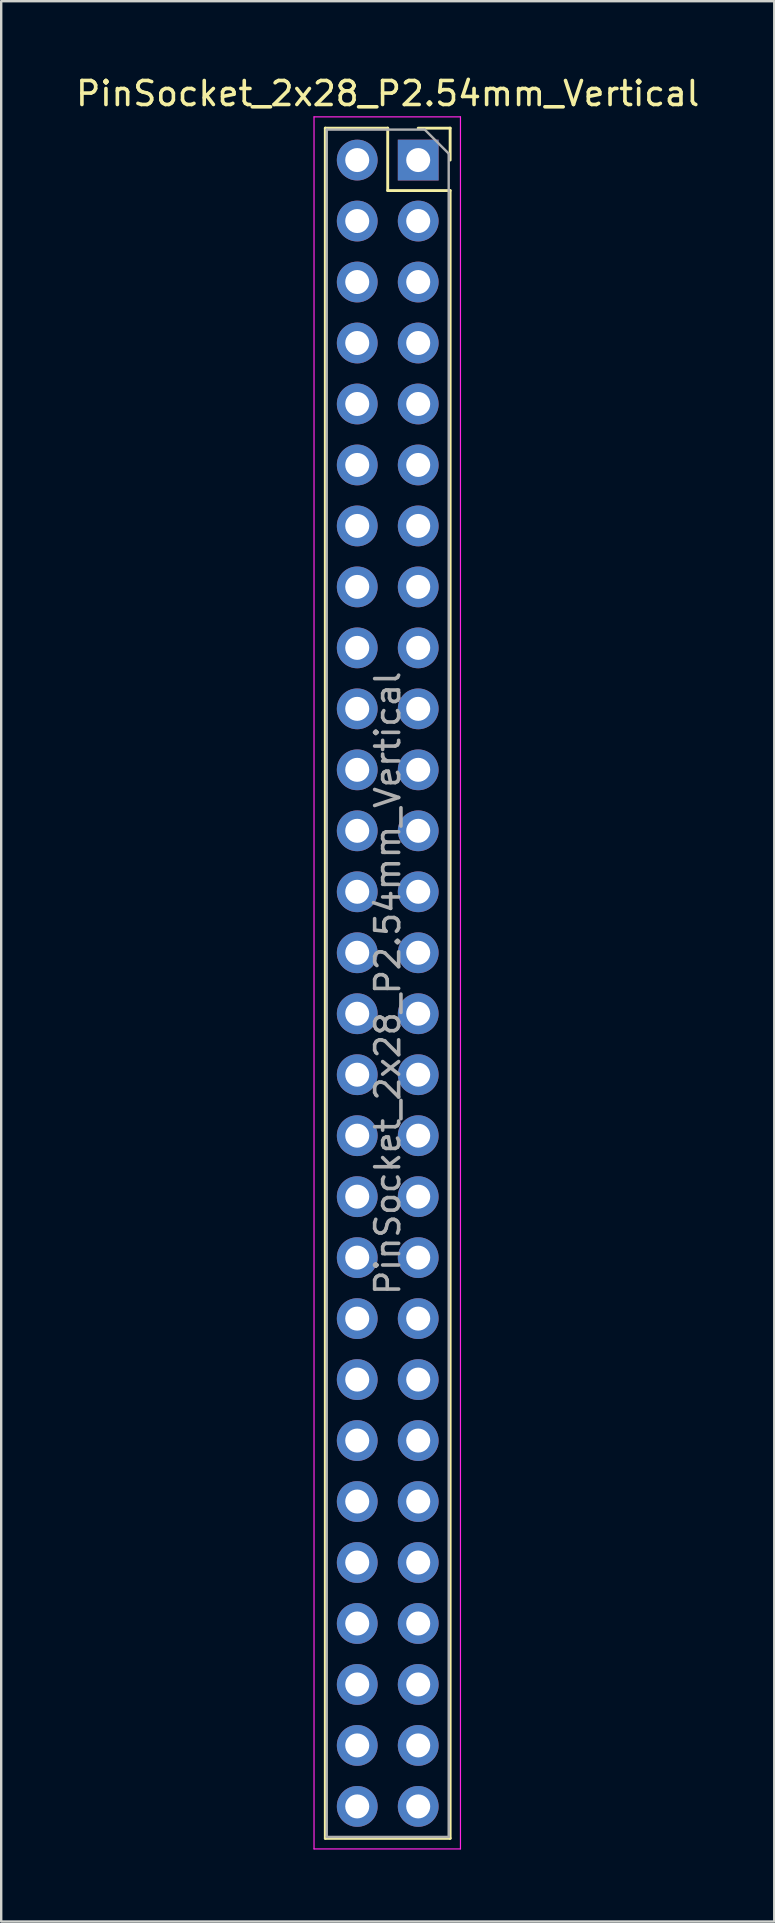
<source format=kicad_pcb>
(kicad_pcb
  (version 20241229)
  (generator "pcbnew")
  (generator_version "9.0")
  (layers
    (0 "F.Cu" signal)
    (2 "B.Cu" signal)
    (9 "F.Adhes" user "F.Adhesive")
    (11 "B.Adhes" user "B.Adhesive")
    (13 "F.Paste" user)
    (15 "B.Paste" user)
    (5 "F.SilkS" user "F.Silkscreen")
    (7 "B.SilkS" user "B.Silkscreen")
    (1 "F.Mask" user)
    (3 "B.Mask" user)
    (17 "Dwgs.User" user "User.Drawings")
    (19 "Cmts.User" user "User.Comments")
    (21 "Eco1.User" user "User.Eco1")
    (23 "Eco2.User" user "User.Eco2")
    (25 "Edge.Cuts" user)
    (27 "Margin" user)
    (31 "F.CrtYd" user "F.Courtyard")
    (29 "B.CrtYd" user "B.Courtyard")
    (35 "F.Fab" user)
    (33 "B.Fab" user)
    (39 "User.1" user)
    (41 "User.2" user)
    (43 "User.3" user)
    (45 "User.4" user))
  (footprint "PinSocket_2x28_P2.54mm_Vertical"
    (layer "F.Cu")
    (at 14.371 3.618)
    (property "Reference" "PinSocket_2x28_P2.54mm_Vertical" (at -1.27 -2.77 0) (layer "F.SilkS") (effects (font (size 1 1) (thickness 0.15))))
    (attr through_hole)
    (fp_line (start -3.87 -1.33) (end -3.87 69.91) (stroke (width 0.12) (type solid)) (layer "F.SilkS"))
    (fp_line (start -3.87 -1.33) (end -1.27 -1.33) (stroke (width 0.12) (type solid)) (layer "F.SilkS"))
    (fp_line (start -3.87 69.91) (end 1.33 69.91) (stroke (width 0.12) (type solid)) (layer "F.SilkS"))
    (fp_line (start -1.27 -1.33) (end -1.27 1.27) (stroke (width 0.12) (type solid)) (layer "F.SilkS"))
    (fp_line (start -1.27 1.27) (end 1.33 1.27) (stroke (width 0.12) (type solid)) (layer "F.SilkS"))
    (fp_line (start 0 -1.33) (end 1.33 -1.33) (stroke (width 0.12) (type solid)) (layer "F.SilkS"))
    (fp_line (start 1.33 -1.33) (end 1.33 0) (stroke (width 0.12) (type solid)) (layer "F.SilkS"))
    (fp_line (start 1.33 1.27) (end 1.33 69.91) (stroke (width 0.12) (type solid)) (layer "F.SilkS"))
    (fp_line (start -4.34 -1.8) (end 1.76 -1.8) (stroke (width 0.05) (type solid)) (layer "F.CrtYd"))
    (fp_line (start -4.34 70.35) (end -4.34 -1.8) (stroke (width 0.05) (type solid)) (layer "F.CrtYd"))
    (fp_line (start 1.76 -1.8) (end 1.76 70.35) (stroke (width 0.05) (type solid)) (layer "F.CrtYd"))
    (fp_line (start 1.76 70.35) (end -4.34 70.35) (stroke (width 0.05) (type solid)) (layer "F.CrtYd"))
    (fp_line (start -3.81 -1.27) (end 0.27 -1.27) (stroke (width 0.1) (type solid)) (layer "F.Fab"))
    (fp_line (start -3.81 69.85) (end -3.81 -1.27) (stroke (width 0.1) (type solid)) (layer "F.Fab"))
    (fp_line (start 0.27 -1.27) (end 1.27 -0.27) (stroke (width 0.1) (type solid)) (layer "F.Fab"))
    (fp_line (start 1.27 -0.27) (end 1.27 69.85) (stroke (width 0.1) (type solid)) (layer "F.Fab"))
    (fp_line (start 1.27 69.85) (end -3.81 69.85) (stroke (width 0.1) (type solid)) (layer "F.Fab"))
    (fp_text user "${REFERENCE}" (at -1.27 34.29 90) (layer "F.Fab") (effects (font (size 1 1) (thickness 0.15))))
    (pad "a1" thru_hole rect (at 0 0) (size 1.7 1.7) (drill 1) (layers "*.Cu" "*.Mask"))
    (pad "a2" thru_hole oval (at 0 2.54) (size 1.7 1.7) (drill 1) (layers "*.Cu" "*.Mask"))
    (pad "a3" thru_hole oval (at 0 5.08) (size 1.7 1.7) (drill 1) (layers "*.Cu" "*.Mask"))
    (pad "a4" thru_hole oval (at 0 7.62) (size 1.7 1.7) (drill 1) (layers "*.Cu" "*.Mask"))
    (pad "a5" thru_hole oval (at 0 10.16) (size 1.7 1.7) (drill 1) (layers "*.Cu" "*.Mask"))
    (pad "a6" thru_hole oval (at 0 12.7) (size 1.7 1.7) (drill 1) (layers "*.Cu" "*.Mask"))
    (pad "a7" thru_hole oval (at 0 15.24) (size 1.7 1.7) (drill 1) (layers "*.Cu" "*.Mask"))
    (pad "a8" thru_hole oval (at 0 17.78) (size 1.7 1.7) (drill 1) (layers "*.Cu" "*.Mask"))
    (pad "a9" thru_hole oval (at 0 20.32) (size 1.7 1.7) (drill 1) (layers "*.Cu" "*.Mask"))
    (pad "a10" thru_hole oval (at 0 22.86) (size 1.7 1.7) (drill 1) (layers "*.Cu" "*.Mask"))
    (pad "a11" thru_hole oval (at 0 25.4) (size 1.7 1.7) (drill 1) (layers "*.Cu" "*.Mask"))
    (pad "a12" thru_hole oval (at 0 27.94) (size 1.7 1.7) (drill 1) (layers "*.Cu" "*.Mask"))
    (pad "a13" thru_hole oval (at 0 30.48) (size 1.7 1.7) (drill 1) (layers "*.Cu" "*.Mask"))
    (pad "a14" thru_hole oval (at 0 33.02) (size 1.7 1.7) (drill 1) (layers "*.Cu" "*.Mask"))
    (pad "a15" thru_hole oval (at 0 35.56) (size 1.7 1.7) (drill 1) (layers "*.Cu" "*.Mask"))
    (pad "a16" thru_hole oval (at 0 38.1) (size 1.7 1.7) (drill 1) (layers "*.Cu" "*.Mask"))
    (pad "a17" thru_hole oval (at 0 40.64) (size 1.7 1.7) (drill 1) (layers "*.Cu" "*.Mask"))
    (pad "a18" thru_hole oval (at 0 43.18) (size 1.7 1.7) (drill 1) (layers "*.Cu" "*.Mask"))
    (pad "a19" thru_hole oval (at 0 45.72) (size 1.7 1.7) (drill 1) (layers "*.Cu" "*.Mask"))
    (pad "a20" thru_hole oval (at 0 48.26) (size 1.7 1.7) (drill 1) (layers "*.Cu" "*.Mask"))
    (pad "a21" thru_hole oval (at 0 50.8) (size 1.7 1.7) (drill 1) (layers "*.Cu" "*.Mask"))
    (pad "a22" thru_hole oval (at 0 53.34) (size 1.7 1.7) (drill 1) (layers "*.Cu" "*.Mask"))
    (pad "a23" thru_hole oval (at 0 55.88) (size 1.7 1.7) (drill 1) (layers "*.Cu" "*.Mask"))
    (pad "a24" thru_hole oval (at 0 58.42) (size 1.7 1.7) (drill 1) (layers "*.Cu" "*.Mask"))
    (pad "a25" thru_hole oval (at 0 60.96) (size 1.7 1.7) (drill 1) (layers "*.Cu" "*.Mask"))
    (pad "a26" thru_hole oval (at 0 63.5) (size 1.7 1.7) (drill 1) (layers "*.Cu" "*.Mask"))
    (pad "a27" thru_hole oval (at 0 66.04) (size 1.7 1.7) (drill 1) (layers "*.Cu" "*.Mask"))
    (pad "a28" thru_hole oval (at 0 68.58) (size 1.7 1.7) (drill 1) (layers "*.Cu" "*.Mask"))
    (pad "b1" thru_hole oval (at -2.54 0) (size 1.7 1.7) (drill 1) (layers "*.Cu" "*.Mask"))
    (pad "b2" thru_hole oval (at -2.54 2.54) (size 1.7 1.7) (drill 1) (layers "*.Cu" "*.Mask"))
    (pad "b3" thru_hole oval (at -2.54 5.08) (size 1.7 1.7) (drill 1) (layers "*.Cu" "*.Mask"))
    (pad "b4" thru_hole oval (at -2.54 7.62) (size 1.7 1.7) (drill 1) (layers "*.Cu" "*.Mask"))
    (pad "b5" thru_hole oval (at -2.54 10.16) (size 1.7 1.7) (drill 1) (layers "*.Cu" "*.Mask"))
    (pad "b6" thru_hole oval (at -2.54 12.7) (size 1.7 1.7) (drill 1) (layers "*.Cu" "*.Mask"))
    (pad "b7" thru_hole oval (at -2.54 15.24) (size 1.7 1.7) (drill 1) (layers "*.Cu" "*.Mask"))
    (pad "b8" thru_hole oval (at -2.54 17.78) (size 1.7 1.7) (drill 1) (layers "*.Cu" "*.Mask"))
    (pad "b9" thru_hole oval (at -2.54 20.32) (size 1.7 1.7) (drill 1) (layers "*.Cu" "*.Mask"))
    (pad "b10" thru_hole oval (at -2.54 22.86) (size 1.7 1.7) (drill 1) (layers "*.Cu" "*.Mask"))
    (pad "b11" thru_hole oval (at -2.54 25.4) (size 1.7 1.7) (drill 1) (layers "*.Cu" "*.Mask"))
    (pad "b12" thru_hole oval (at -2.54 27.94) (size 1.7 1.7) (drill 1) (layers "*.Cu" "*.Mask"))
    (pad "b13" thru_hole oval (at -2.54 30.48) (size 1.7 1.7) (drill 1) (layers "*.Cu" "*.Mask"))
    (pad "b14" thru_hole oval (at -2.54 33.02) (size 1.7 1.7) (drill 1) (layers "*.Cu" "*.Mask"))
    (pad "b15" thru_hole oval (at -2.54 35.56) (size 1.7 1.7) (drill 1) (layers "*.Cu" "*.Mask"))
    (pad "b16" thru_hole oval (at -2.54 38.1) (size 1.7 1.7) (drill 1) (layers "*.Cu" "*.Mask"))
    (pad "b17" thru_hole oval (at -2.54 40.64) (size 1.7 1.7) (drill 1) (layers "*.Cu" "*.Mask"))
    (pad "b18" thru_hole oval (at -2.54 43.18) (size 1.7 1.7) (drill 1) (layers "*.Cu" "*.Mask"))
    (pad "b19" thru_hole oval (at -2.54 45.72) (size 1.7 1.7) (drill 1) (layers "*.Cu" "*.Mask"))
    (pad "b20" thru_hole oval (at -2.54 48.26) (size 1.7 1.7) (drill 1) (layers "*.Cu" "*.Mask"))
    (pad "b21" thru_hole oval (at -2.54 50.8) (size 1.7 1.7) (drill 1) (layers "*.Cu" "*.Mask"))
    (pad "b22" thru_hole oval (at -2.54 53.34) (size 1.7 1.7) (drill 1) (layers "*.Cu" "*.Mask"))
    (pad "b23" thru_hole oval (at -2.54 55.88) (size 1.7 1.7) (drill 1) (layers "*.Cu" "*.Mask"))
    (pad "b24" thru_hole oval (at -2.54 58.42) (size 1.7 1.7) (drill 1) (layers "*.Cu" "*.Mask"))
    (pad "b25" thru_hole oval (at -2.54 60.96) (size 1.7 1.7) (drill 1) (layers "*.Cu" "*.Mask"))
    (pad "b26" thru_hole oval (at -2.54 63.5) (size 1.7 1.7) (drill 1) (layers "*.Cu" "*.Mask"))
    (pad "b27" thru_hole oval (at -2.54 66.04) (size 1.7 1.7) (drill 1) (layers "*.Cu" "*.Mask"))
    (pad "b28" thru_hole oval (at -2.54 68.58) (size 1.7 1.7) (drill 1) (layers "*.Cu" "*.Mask")))
  (gr_rect
    (start -3 -3)
    (end 29.202 76.993)
    (stroke (width 0.1) (type default))
    (fill no)
    (layer "Edge.Cuts")))
</source>
